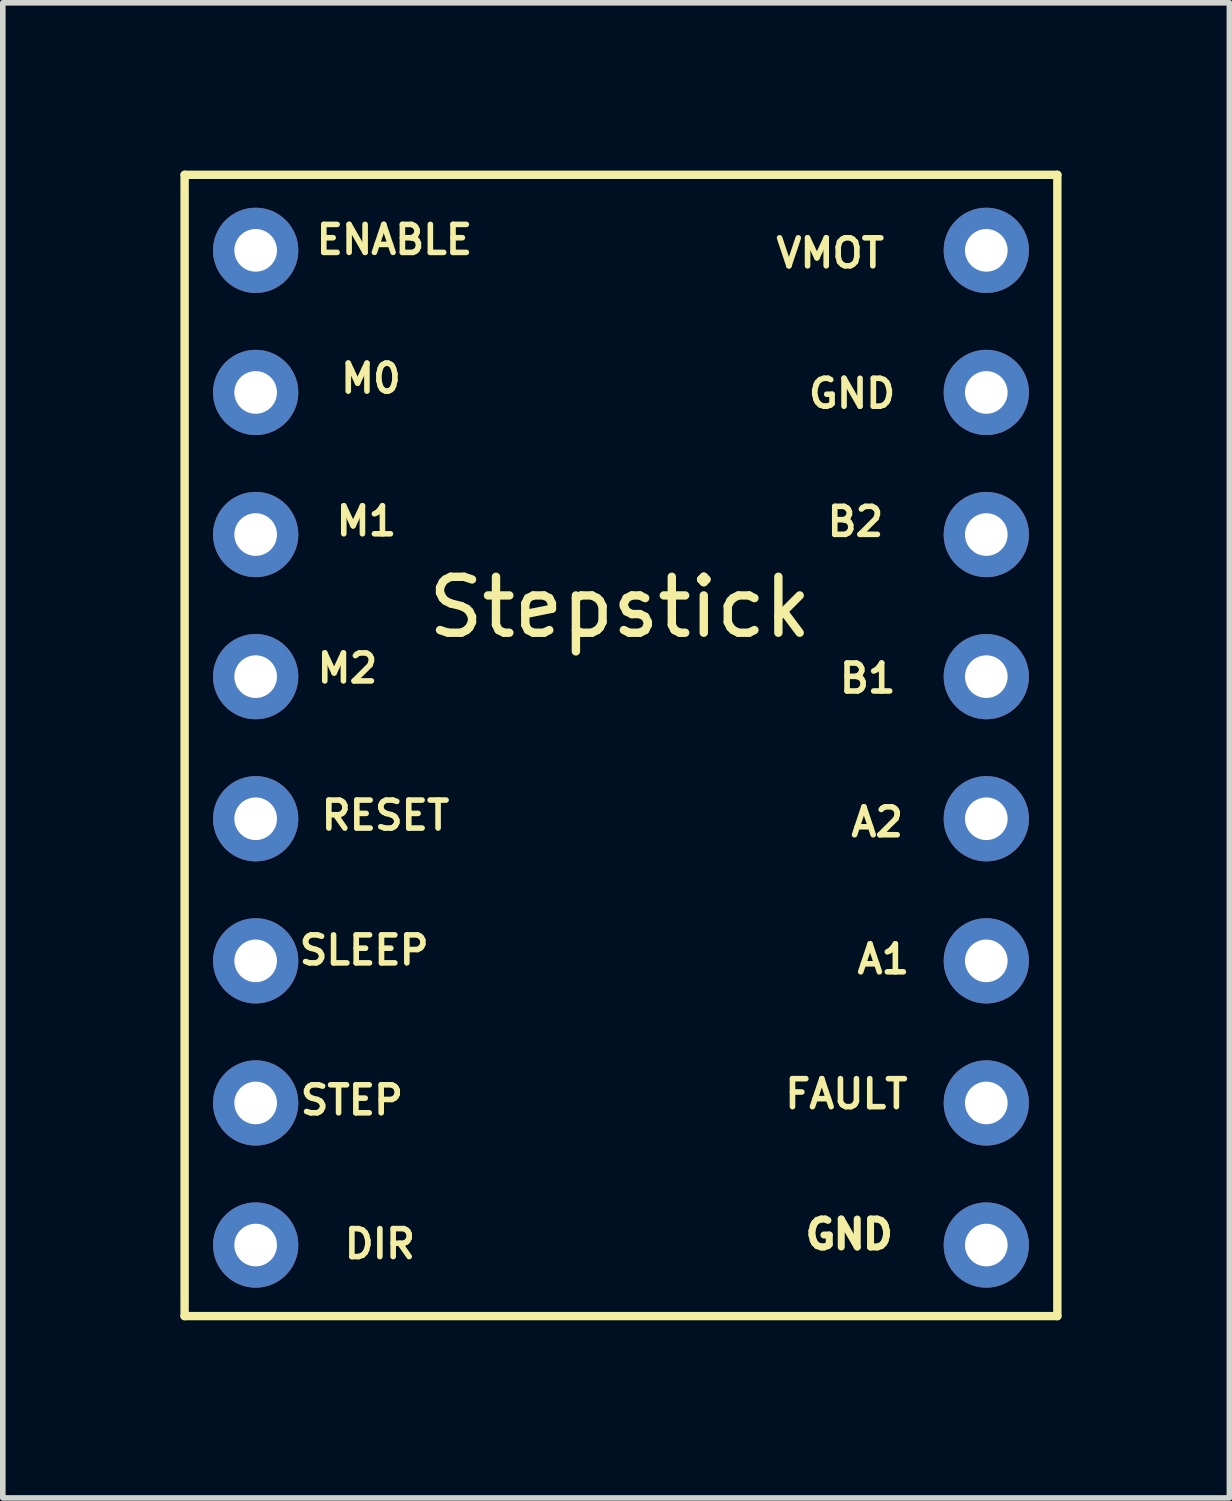
<source format=kicad_pcb>
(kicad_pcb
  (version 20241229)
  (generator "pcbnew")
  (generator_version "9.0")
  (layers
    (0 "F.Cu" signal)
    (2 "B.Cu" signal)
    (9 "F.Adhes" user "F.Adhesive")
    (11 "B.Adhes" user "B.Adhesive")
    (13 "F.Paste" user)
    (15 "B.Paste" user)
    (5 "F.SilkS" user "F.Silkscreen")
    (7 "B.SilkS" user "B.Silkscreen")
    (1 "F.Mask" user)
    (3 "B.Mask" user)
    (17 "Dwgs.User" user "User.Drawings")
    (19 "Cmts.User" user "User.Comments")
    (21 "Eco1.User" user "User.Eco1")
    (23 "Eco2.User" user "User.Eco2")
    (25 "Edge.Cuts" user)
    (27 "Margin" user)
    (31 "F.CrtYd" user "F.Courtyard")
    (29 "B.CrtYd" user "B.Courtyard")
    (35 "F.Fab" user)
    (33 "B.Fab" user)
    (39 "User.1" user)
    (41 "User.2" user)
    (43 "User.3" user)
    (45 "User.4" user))
  (footprint "Stepstick"
    (layer "F.Cu")
    (at 0.25 20.475)
    (property "Reference" "Stepstick" (at 7.78 -12.67 0) (layer "F.SilkS") (effects (font (size 1 1) (thickness 0.15))))
    (attr through_hole)
    (fp_line (start 0 -20.4) (end 0 0) (stroke (width 0.15) (type solid)) (layer "F.SilkS"))
    (fp_line (start 0 0) (end 15.6 0) (stroke (width 0.15) (type solid)) (layer "F.SilkS"))
    (fp_line (start 15.6 -20.4) (end 0 -20.4) (stroke (width 0.15) (type solid)) (layer "F.SilkS"))
    (fp_line (start 15.6 0) (end 15.6 -20.4) (stroke (width 0.15) (type solid)) (layer "F.SilkS"))
    (fp_text user "M2" (at 2.91 -11.58 0) (layer "F.SilkS") (effects (font (size 0.5 0.5) (thickness 0.1))))
    (fp_text user "DIR" (at 3.49 -1.29 0) (layer "F.SilkS") (effects (font (size 0.5 0.5) (thickness 0.1))))
    (fp_text user "A2" (at 12.38 -8.83 0) (layer "F.SilkS") (effects (font (size 0.5 0.5) (thickness 0.1))))
    (fp_text user "RESET" (at 3.59 -8.95 0) (layer "F.SilkS") (effects (font (size 0.5 0.5) (thickness 0.1))))
    (fp_text user "VMOT" (at 11.54 -19 0) (layer "F.SilkS") (effects (font (size 0.5 0.5) (thickness 0.1))))
    (fp_text user "M0" (at 3.33 -16.76 0) (layer "F.SilkS") (effects (font (size 0.5 0.5) (thickness 0.1))))
    (fp_text user "B2" (at 11.99 -14.2 0) (layer "F.SilkS") (effects (font (size 0.5 0.5) (thickness 0.1))))
    (fp_text user "GND" (at 11.93 -16.49 0) (layer "F.SilkS") (effects (font (size 0.5 0.5) (thickness 0.1))))
    (fp_text user "A1" (at 12.49 -6.38 0) (layer "F.SilkS") (effects (font (size 0.5 0.5) (thickness 0.1))))
    (fp_text user "SLEEP" (at 3.21 -6.54 0) (layer "F.SilkS") (effects (font (size 0.5 0.5) (thickness 0.1))))
    (fp_text user "ENABLE" (at 3.75 -19.24 0) (layer "F.SilkS") (effects (font (size 0.5 0.5) (thickness 0.1))))
    (fp_text user "GND" (at 11.88 -1.46 0) (layer "F.SilkS") (effects (font (size 0.5 0.5) (thickness 0.125))))
    (fp_text user "M1" (at 3.25 -14.21 0) (layer "F.SilkS") (effects (font (size 0.5 0.5) (thickness 0.1))))
    (fp_text user "STEP" (at 2.99 -3.86 0) (layer "F.SilkS") (effects (font (size 0.5 0.5) (thickness 0.1))))
    (fp_text user "FAULT" (at 11.83 -3.97 0) (layer "F.SilkS") (effects (font (size 0.5 0.5) (thickness 0.1))))
    (fp_text user "B1" (at 12.21 -11.4 0) (layer "F.SilkS") (effects (font (size 0.5 0.5) (thickness 0.1))))
    (pad "1" thru_hole circle (at 1.27 -1.27) (size 1.524 1.524) (drill 0.762) (layers "*.Cu" "*.Mask"))
    (pad "2" thru_hole circle (at 1.27 -3.81) (size 1.524 1.524) (drill 0.762) (layers "*.Cu" "*.Mask"))
    (pad "3" thru_hole circle (at 1.27 -6.35) (size 1.524 1.524) (drill 0.762) (layers "*.Cu" "*.Mask"))
    (pad "4" thru_hole circle (at 1.27 -8.89) (size 1.524 1.524) (drill 0.762) (layers "*.Cu" "*.Mask"))
    (pad "5" thru_hole circle (at 1.27 -11.43) (size 1.524 1.524) (drill 0.762) (layers "*.Cu" "*.Mask"))
    (pad "6" thru_hole circle (at 1.27 -13.97) (size 1.524 1.524) (drill 0.762) (layers "*.Cu" "*.Mask"))
    (pad "7" thru_hole circle (at 1.27 -16.51) (size 1.524 1.524) (drill 0.762) (layers "*.Cu" "*.Mask"))
    (pad "8" thru_hole circle (at 1.27 -19.05) (size 1.524 1.524) (drill 0.762) (layers "*.Cu" "*.Mask"))
    (pad "9" thru_hole circle (at 14.33 -1.27) (size 1.524 1.524) (drill 0.762) (layers "*.Cu" "*.Mask"))
    (pad "10" thru_hole circle (at 14.33 -3.81) (size 1.524 1.524) (drill 0.762) (layers "*.Cu" "*.Mask"))
    (pad "11" thru_hole circle (at 14.33 -6.35) (size 1.524 1.524) (drill 0.762) (layers "*.Cu" "*.Mask"))
    (pad "12" thru_hole circle (at 14.33 -8.89) (size 1.524 1.524) (drill 0.762) (layers "*.Cu" "*.Mask"))
    (pad "13" thru_hole circle (at 14.33 -11.43) (size 1.524 1.524) (drill 0.762) (layers "*.Cu" "*.Mask"))
    (pad "14" thru_hole circle (at 14.33 -13.97) (size 1.524 1.524) (drill 0.762) (layers "*.Cu" "*.Mask"))
    (pad "15" thru_hole circle (at 14.33 -16.51) (size 1.524 1.524) (drill 0.762) (layers "*.Cu" "*.Mask"))
    (pad "16" thru_hole circle (at 14.33 -19.05) (size 1.524 1.524) (drill 0.762) (layers "*.Cu" "*.Mask")))
  (gr_rect
    (start -3 -3)
    (end 18.925 23.725)
    (stroke (width 0.1) (type default))
    (fill no)
    (layer "Edge.Cuts")))
</source>
